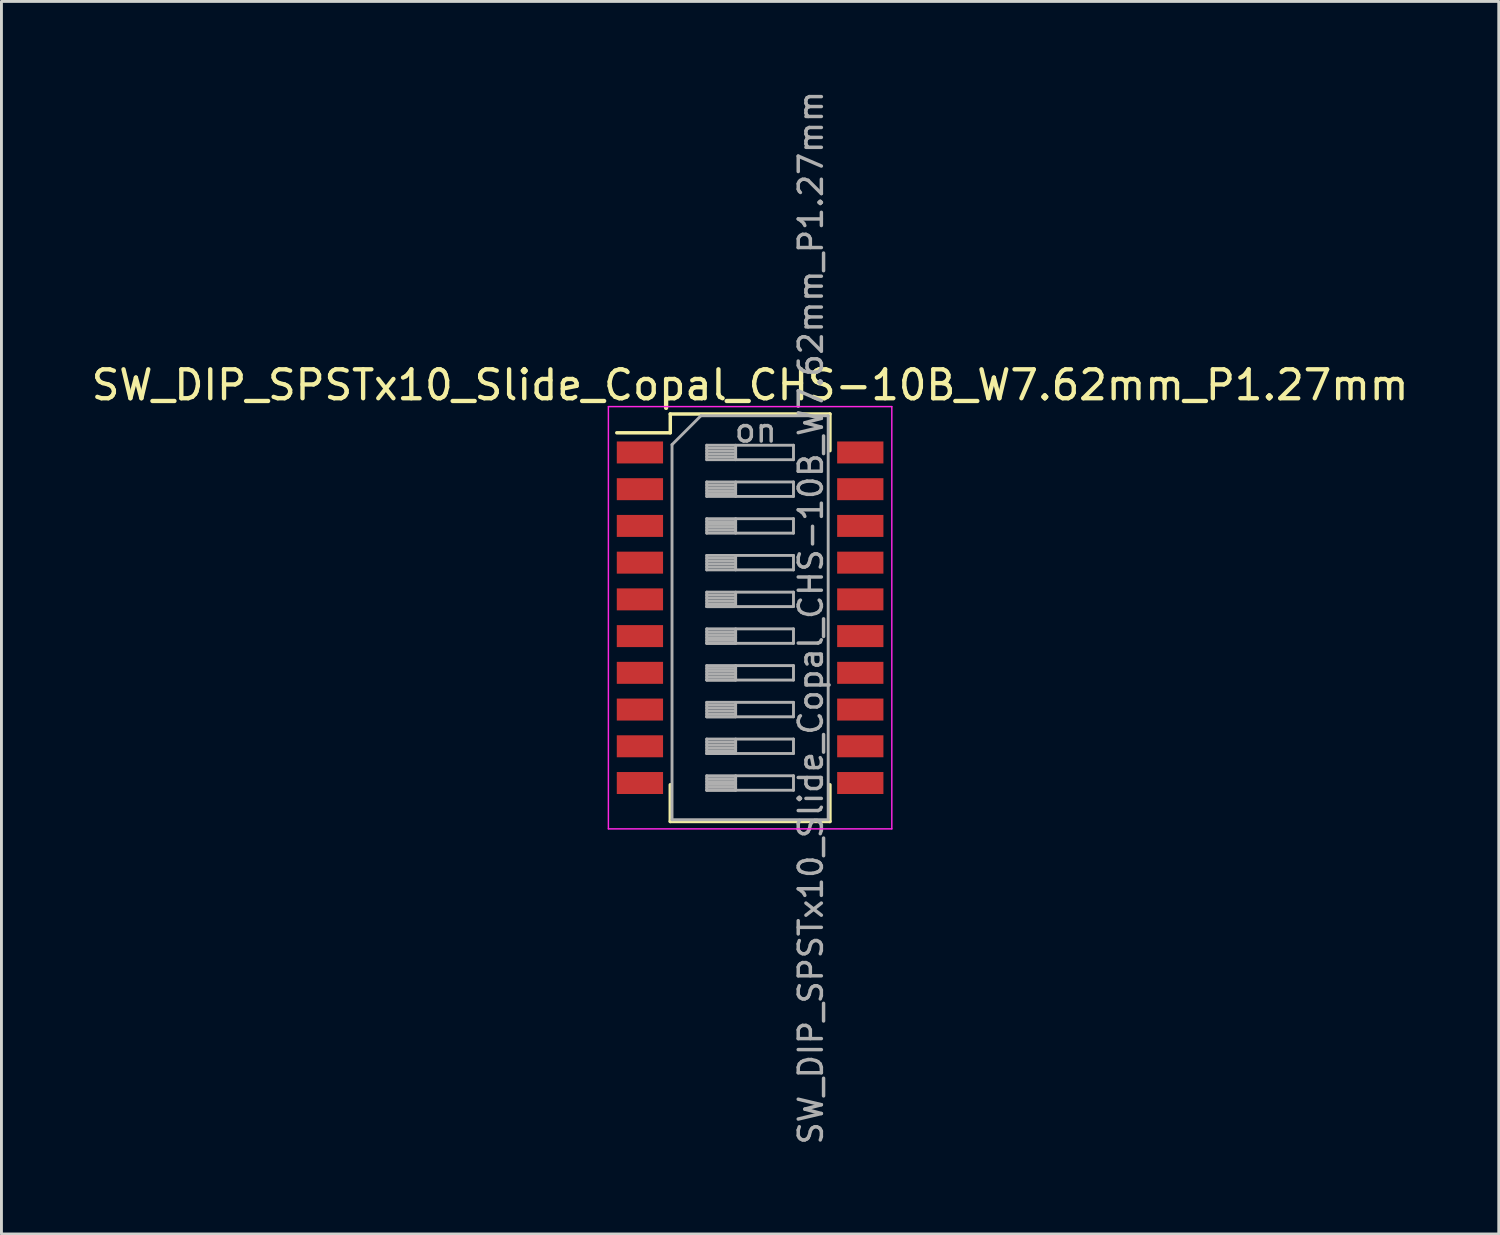
<source format=kicad_pcb>
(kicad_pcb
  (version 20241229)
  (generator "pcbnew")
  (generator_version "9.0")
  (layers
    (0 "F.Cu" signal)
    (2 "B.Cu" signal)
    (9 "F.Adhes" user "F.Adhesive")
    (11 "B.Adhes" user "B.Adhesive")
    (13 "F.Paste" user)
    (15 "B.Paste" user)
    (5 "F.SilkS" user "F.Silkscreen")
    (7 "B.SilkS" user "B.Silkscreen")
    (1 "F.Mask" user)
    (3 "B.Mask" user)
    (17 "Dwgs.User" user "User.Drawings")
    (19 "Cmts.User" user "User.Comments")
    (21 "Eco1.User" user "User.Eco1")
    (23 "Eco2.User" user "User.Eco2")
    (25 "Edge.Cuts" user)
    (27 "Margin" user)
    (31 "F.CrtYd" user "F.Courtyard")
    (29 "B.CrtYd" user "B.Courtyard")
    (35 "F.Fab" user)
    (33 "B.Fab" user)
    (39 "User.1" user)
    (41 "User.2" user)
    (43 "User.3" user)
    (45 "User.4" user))
  (footprint "SW_DIP_SPSTx10_Slide_Copal_CHS-10B_W7.62mm_P1.27mm"
    (layer "F.Cu")
    (at 22.887 18.31)
    (property "Reference" "SW_DIP_SPSTx10_Slide_Copal_CHS-10B_W7.62mm_P1.27mm" (at 0 -8.045 0) (layer "F.SilkS") (effects (font (size 1 1) (thickness 0.15))))
    (attr smd)
    (fp_line (start -4.61 -6.395) (end -2.76 -6.395) (stroke (width 0.12) (type solid)) (layer "F.SilkS"))
    (fp_line (start -2.76 -7.045) (end -2.76 -6.395) (stroke (width 0.12) (type solid)) (layer "F.SilkS"))
    (fp_line (start -2.76 -7.045) (end 2.76 -7.045) (stroke (width 0.12) (type solid)) (layer "F.SilkS"))
    (fp_line (start -2.76 5.775) (end -2.76 7.045) (stroke (width 0.12) (type solid)) (layer "F.SilkS"))
    (fp_line (start -2.76 7.045) (end 2.76 7.045) (stroke (width 0.12) (type solid)) (layer "F.SilkS"))
    (fp_line (start 2.76 -7.045) (end 2.76 -5.776) (stroke (width 0.12) (type solid)) (layer "F.SilkS"))
    (fp_line (start 2.76 5.775) (end 2.76 7.045) (stroke (width 0.12) (type solid)) (layer "F.SilkS"))
    (fp_line (start -4.9 -7.3) (end -4.9 7.3) (stroke (width 0.05) (type solid)) (layer "F.CrtYd"))
    (fp_line (start -4.9 7.3) (end 4.9 7.3) (stroke (width 0.05) (type solid)) (layer "F.CrtYd"))
    (fp_line (start 4.9 -7.3) (end -4.9 -7.3) (stroke (width 0.05) (type solid)) (layer "F.CrtYd"))
    (fp_line (start 4.9 7.3) (end 4.9 -7.3) (stroke (width 0.05) (type solid)) (layer "F.CrtYd"))
    (fp_line (start -2.7 -5.985) (end -1.7 -6.985) (stroke (width 0.1) (type solid)) (layer "F.Fab"))
    (fp_line (start -2.7 6.985) (end -2.7 -5.985) (stroke (width 0.1) (type solid)) (layer "F.Fab"))
    (fp_line (start -1.7 -6.985) (end 2.7 -6.985) (stroke (width 0.1) (type solid)) (layer "F.Fab"))
    (fp_line (start -1.5 -5.965) (end -1.5 -5.465) (stroke (width 0.1) (type solid)) (layer "F.Fab"))
    (fp_line (start -1.5 -5.865) (end -0.5 -5.865) (stroke (width 0.1) (type solid)) (layer "F.Fab"))
    (fp_line (start -1.5 -5.765) (end -0.5 -5.765) (stroke (width 0.1) (type solid)) (layer "F.Fab"))
    (fp_line (start -1.5 -5.665) (end -0.5 -5.665) (stroke (width 0.1) (type solid)) (layer "F.Fab"))
    (fp_line (start -1.5 -5.565) (end -0.5 -5.565) (stroke (width 0.1) (type solid)) (layer "F.Fab"))
    (fp_line (start -1.5 -5.465) (end 1.5 -5.465) (stroke (width 0.1) (type solid)) (layer "F.Fab"))
    (fp_line (start -1.5 -4.695) (end -1.5 -4.195) (stroke (width 0.1) (type solid)) (layer "F.Fab"))
    (fp_line (start -1.5 -4.595) (end -0.5 -4.595) (stroke (width 0.1) (type solid)) (layer "F.Fab"))
    (fp_line (start -1.5 -4.495) (end -0.5 -4.495) (stroke (width 0.1) (type solid)) (layer "F.Fab"))
    (fp_line (start -1.5 -4.395) (end -0.5 -4.395) (stroke (width 0.1) (type solid)) (layer "F.Fab"))
    (fp_line (start -1.5 -4.295) (end -0.5 -4.295) (stroke (width 0.1) (type solid)) (layer "F.Fab"))
    (fp_line (start -1.5 -4.195) (end 1.5 -4.195) (stroke (width 0.1) (type solid)) (layer "F.Fab"))
    (fp_line (start -1.5 -3.425) (end -1.5 -2.925) (stroke (width 0.1) (type solid)) (layer "F.Fab"))
    (fp_line (start -1.5 -3.325) (end -0.5 -3.325) (stroke (width 0.1) (type solid)) (layer "F.Fab"))
    (fp_line (start -1.5 -3.225) (end -0.5 -3.225) (stroke (width 0.1) (type solid)) (layer "F.Fab"))
    (fp_line (start -1.5 -3.125) (end -0.5 -3.125) (stroke (width 0.1) (type solid)) (layer "F.Fab"))
    (fp_line (start -1.5 -3.025) (end -0.5 -3.025) (stroke (width 0.1) (type solid)) (layer "F.Fab"))
    (fp_line (start -1.5 -2.925) (end 1.5 -2.925) (stroke (width 0.1) (type solid)) (layer "F.Fab"))
    (fp_line (start -1.5 -2.155) (end -1.5 -1.655) (stroke (width 0.1) (type solid)) (layer "F.Fab"))
    (fp_line (start -1.5 -2.055) (end -0.5 -2.055) (stroke (width 0.1) (type solid)) (layer "F.Fab"))
    (fp_line (start -1.5 -1.955) (end -0.5 -1.955) (stroke (width 0.1) (type solid)) (layer "F.Fab"))
    (fp_line (start -1.5 -1.855) (end -0.5 -1.855) (stroke (width 0.1) (type solid)) (layer "F.Fab"))
    (fp_line (start -1.5 -1.755) (end -0.5 -1.755) (stroke (width 0.1) (type solid)) (layer "F.Fab"))
    (fp_line (start -1.5 -1.655) (end 1.5 -1.655) (stroke (width 0.1) (type solid)) (layer "F.Fab"))
    (fp_line (start -1.5 -0.885) (end -1.5 -0.385) (stroke (width 0.1) (type solid)) (layer "F.Fab"))
    (fp_line (start -1.5 -0.785) (end -0.5 -0.785) (stroke (width 0.1) (type solid)) (layer "F.Fab"))
    (fp_line (start -1.5 -0.685) (end -0.5 -0.685) (stroke (width 0.1) (type solid)) (layer "F.Fab"))
    (fp_line (start -1.5 -0.585) (end -0.5 -0.585) (stroke (width 0.1) (type solid)) (layer "F.Fab"))
    (fp_line (start -1.5 -0.485) (end -0.5 -0.485) (stroke (width 0.1) (type solid)) (layer "F.Fab"))
    (fp_line (start -1.5 -0.385) (end -0.5 -0.385) (stroke (width 0.1) (type solid)) (layer "F.Fab"))
    (fp_line (start -1.5 -0.385) (end 1.5 -0.385) (stroke (width 0.1) (type solid)) (layer "F.Fab"))
    (fp_line (start -1.5 0.385) (end -1.5 0.885) (stroke (width 0.1) (type solid)) (layer "F.Fab"))
    (fp_line (start -1.5 0.485) (end -0.5 0.485) (stroke (width 0.1) (type solid)) (layer "F.Fab"))
    (fp_line (start -1.5 0.585) (end -0.5 0.585) (stroke (width 0.1) (type solid)) (layer "F.Fab"))
    (fp_line (start -1.5 0.685) (end -0.5 0.685) (stroke (width 0.1) (type solid)) (layer "F.Fab"))
    (fp_line (start -1.5 0.785) (end -0.5 0.785) (stroke (width 0.1) (type solid)) (layer "F.Fab"))
    (fp_line (start -1.5 0.885) (end -0.5 0.885) (stroke (width 0.1) (type solid)) (layer "F.Fab"))
    (fp_line (start -1.5 0.885) (end 1.5 0.885) (stroke (width 0.1) (type solid)) (layer "F.Fab"))
    (fp_line (start -1.5 1.655) (end -1.5 2.155) (stroke (width 0.1) (type solid)) (layer "F.Fab"))
    (fp_line (start -1.5 1.755) (end -0.5 1.755) (stroke (width 0.1) (type solid)) (layer "F.Fab"))
    (fp_line (start -1.5 1.855) (end -0.5 1.855) (stroke (width 0.1) (type solid)) (layer "F.Fab"))
    (fp_line (start -1.5 1.955) (end -0.5 1.955) (stroke (width 0.1) (type solid)) (layer "F.Fab"))
    (fp_line (start -1.5 2.055) (end -0.5 2.055) (stroke (width 0.1) (type solid)) (layer "F.Fab"))
    (fp_line (start -1.5 2.155) (end -0.5 2.155) (stroke (width 0.1) (type solid)) (layer "F.Fab"))
    (fp_line (start -1.5 2.155) (end 1.5 2.155) (stroke (width 0.1) (type solid)) (layer "F.Fab"))
    (fp_line (start -1.5 2.925) (end -1.5 3.425) (stroke (width 0.1) (type solid)) (layer "F.Fab"))
    (fp_line (start -1.5 3.025) (end -0.5 3.025) (stroke (width 0.1) (type solid)) (layer "F.Fab"))
    (fp_line (start -1.5 3.125) (end -0.5 3.125) (stroke (width 0.1) (type solid)) (layer "F.Fab"))
    (fp_line (start -1.5 3.225) (end -0.5 3.225) (stroke (width 0.1) (type solid)) (layer "F.Fab"))
    (fp_line (start -1.5 3.325) (end -0.5 3.325) (stroke (width 0.1) (type solid)) (layer "F.Fab"))
    (fp_line (start -1.5 3.425) (end -0.5 3.425) (stroke (width 0.1) (type solid)) (layer "F.Fab"))
    (fp_line (start -1.5 3.425) (end 1.5 3.425) (stroke (width 0.1) (type solid)) (layer "F.Fab"))
    (fp_line (start -1.5 4.195) (end -1.5 4.695) (stroke (width 0.1) (type solid)) (layer "F.Fab"))
    (fp_line (start -1.5 4.295) (end -0.5 4.295) (stroke (width 0.1) (type solid)) (layer "F.Fab"))
    (fp_line (start -1.5 4.395) (end -0.5 4.395) (stroke (width 0.1) (type solid)) (layer "F.Fab"))
    (fp_line (start -1.5 4.495) (end -0.5 4.495) (stroke (width 0.1) (type solid)) (layer "F.Fab"))
    (fp_line (start -1.5 4.595) (end -0.5 4.595) (stroke (width 0.1) (type solid)) (layer "F.Fab"))
    (fp_line (start -1.5 4.695) (end -0.5 4.695) (stroke (width 0.1) (type solid)) (layer "F.Fab"))
    (fp_line (start -1.5 4.695) (end 1.5 4.695) (stroke (width 0.1) (type solid)) (layer "F.Fab"))
    (fp_line (start -1.5 5.465) (end -1.5 5.965) (stroke (width 0.1) (type solid)) (layer "F.Fab"))
    (fp_line (start -1.5 5.565) (end -0.5 5.565) (stroke (width 0.1) (type solid)) (layer "F.Fab"))
    (fp_line (start -1.5 5.665) (end -0.5 5.665) (stroke (width 0.1) (type solid)) (layer "F.Fab"))
    (fp_line (start -1.5 5.765) (end -0.5 5.765) (stroke (width 0.1) (type solid)) (layer "F.Fab"))
    (fp_line (start -1.5 5.865) (end -0.5 5.865) (stroke (width 0.1) (type solid)) (layer "F.Fab"))
    (fp_line (start -1.5 5.965) (end -0.5 5.965) (stroke (width 0.1) (type solid)) (layer "F.Fab"))
    (fp_line (start -1.5 5.965) (end 1.5 5.965) (stroke (width 0.1) (type solid)) (layer "F.Fab"))
    (fp_line (start -0.5 -5.965) (end -0.5 -5.465) (stroke (width 0.1) (type solid)) (layer "F.Fab"))
    (fp_line (start -0.5 -4.695) (end -0.5 -4.195) (stroke (width 0.1) (type solid)) (layer "F.Fab"))
    (fp_line (start -0.5 -3.425) (end -0.5 -2.925) (stroke (width 0.1) (type solid)) (layer "F.Fab"))
    (fp_line (start -0.5 -2.155) (end -0.5 -1.655) (stroke (width 0.1) (type solid)) (layer "F.Fab"))
    (fp_line (start -0.5 -0.885) (end -0.5 -0.385) (stroke (width 0.1) (type solid)) (layer "F.Fab"))
    (fp_line (start -0.5 0.385) (end -0.5 0.885) (stroke (width 0.1) (type solid)) (layer "F.Fab"))
    (fp_line (start -0.5 1.655) (end -0.5 2.155) (stroke (width 0.1) (type solid)) (layer "F.Fab"))
    (fp_line (start -0.5 2.925) (end -0.5 3.425) (stroke (width 0.1) (type solid)) (layer "F.Fab"))
    (fp_line (start -0.5 4.195) (end -0.5 4.695) (stroke (width 0.1) (type solid)) (layer "F.Fab"))
    (fp_line (start -0.5 5.465) (end -0.5 5.965) (stroke (width 0.1) (type solid)) (layer "F.Fab"))
    (fp_line (start 1.5 -5.965) (end -1.5 -5.965) (stroke (width 0.1) (type solid)) (layer "F.Fab"))
    (fp_line (start 1.5 -5.465) (end 1.5 -5.965) (stroke (width 0.1) (type solid)) (layer "F.Fab"))
    (fp_line (start 1.5 -4.695) (end -1.5 -4.695) (stroke (width 0.1) (type solid)) (layer "F.Fab"))
    (fp_line (start 1.5 -4.195) (end 1.5 -4.695) (stroke (width 0.1) (type solid)) (layer "F.Fab"))
    (fp_line (start 1.5 -3.425) (end -1.5 -3.425) (stroke (width 0.1) (type solid)) (layer "F.Fab"))
    (fp_line (start 1.5 -2.925) (end 1.5 -3.425) (stroke (width 0.1) (type solid)) (layer "F.Fab"))
    (fp_line (start 1.5 -2.155) (end -1.5 -2.155) (stroke (width 0.1) (type solid)) (layer "F.Fab"))
    (fp_line (start 1.5 -1.655) (end 1.5 -2.155) (stroke (width 0.1) (type solid)) (layer "F.Fab"))
    (fp_line (start 1.5 -0.885) (end -1.5 -0.885) (stroke (width 0.1) (type solid)) (layer "F.Fab"))
    (fp_line (start 1.5 -0.385) (end 1.5 -0.885) (stroke (width 0.1) (type solid)) (layer "F.Fab"))
    (fp_line (start 1.5 0.385) (end -1.5 0.385) (stroke (width 0.1) (type solid)) (layer "F.Fab"))
    (fp_line (start 1.5 0.885) (end 1.5 0.385) (stroke (width 0.1) (type solid)) (layer "F.Fab"))
    (fp_line (start 1.5 1.655) (end -1.5 1.655) (stroke (width 0.1) (type solid)) (layer "F.Fab"))
    (fp_line (start 1.5 2.155) (end 1.5 1.655) (stroke (width 0.1) (type solid)) (layer "F.Fab"))
    (fp_line (start 1.5 2.925) (end -1.5 2.925) (stroke (width 0.1) (type solid)) (layer "F.Fab"))
    (fp_line (start 1.5 3.425) (end 1.5 2.925) (stroke (width 0.1) (type solid)) (layer "F.Fab"))
    (fp_line (start 1.5 4.195) (end -1.5 4.195) (stroke (width 0.1) (type solid)) (layer "F.Fab"))
    (fp_line (start 1.5 4.695) (end 1.5 4.195) (stroke (width 0.1) (type solid)) (layer "F.Fab"))
    (fp_line (start 1.5 5.465) (end -1.5 5.465) (stroke (width 0.1) (type solid)) (layer "F.Fab"))
    (fp_line (start 1.5 5.965) (end 1.5 5.465) (stroke (width 0.1) (type solid)) (layer "F.Fab"))
    (fp_line (start 2.7 -6.985) (end 2.7 6.985) (stroke (width 0.1) (type solid)) (layer "F.Fab"))
    (fp_line (start 2.7 6.985) (end -2.7 6.985) (stroke (width 0.1) (type solid)) (layer "F.Fab"))
    (fp_text user "on" (at 0.195 -6.475 0) (layer "F.Fab") (effects (font (size 0.8 0.8) (thickness 0.12))))
    (fp_text user "${REFERENCE}" (at 2.1 0 90) (layer "F.Fab") (effects (font (size 0.8 0.8) (thickness 0.12))))
    (pad "1" smd rect (at -3.81 -5.715) (size 1.6 0.76) (layers "F.Cu" "F.Mask" "F.Paste"))
    (pad "2" smd rect (at -3.81 -4.445) (size 1.6 0.76) (layers "F.Cu" "F.Mask" "F.Paste"))
    (pad "3" smd rect (at -3.81 -3.175) (size 1.6 0.76) (layers "F.Cu" "F.Mask" "F.Paste"))
    (pad "4" smd rect (at -3.81 -1.905) (size 1.6 0.76) (layers "F.Cu" "F.Mask" "F.Paste"))
    (pad "5" smd rect (at -3.81 -0.635) (size 1.6 0.76) (layers "F.Cu" "F.Mask" "F.Paste"))
    (pad "6" smd rect (at -3.81 0.635) (size 1.6 0.76) (layers "F.Cu" "F.Mask" "F.Paste"))
    (pad "7" smd rect (at -3.81 1.905) (size 1.6 0.76) (layers "F.Cu" "F.Mask" "F.Paste"))
    (pad "8" smd rect (at -3.81 3.175) (size 1.6 0.76) (layers "F.Cu" "F.Mask" "F.Paste"))
    (pad "9" smd rect (at -3.81 4.445) (size 1.6 0.76) (layers "F.Cu" "F.Mask" "F.Paste"))
    (pad "10" smd rect (at -3.81 5.715) (size 1.6 0.76) (layers "F.Cu" "F.Mask" "F.Paste"))
    (pad "11" smd rect (at 3.81 5.715) (size 1.6 0.76) (layers "F.Cu" "F.Mask" "F.Paste"))
    (pad "12" smd rect (at 3.81 4.445) (size 1.6 0.76) (layers "F.Cu" "F.Mask" "F.Paste"))
    (pad "13" smd rect (at 3.81 3.175) (size 1.6 0.76) (layers "F.Cu" "F.Mask" "F.Paste"))
    (pad "14" smd rect (at 3.81 1.905) (size 1.6 0.76) (layers "F.Cu" "F.Mask" "F.Paste"))
    (pad "15" smd rect (at 3.81 0.635) (size 1.6 0.76) (layers "F.Cu" "F.Mask" "F.Paste"))
    (pad "16" smd rect (at 3.81 -0.635) (size 1.6 0.76) (layers "F.Cu" "F.Mask" "F.Paste"))
    (pad "17" smd rect (at 3.81 -1.905) (size 1.6 0.76) (layers "F.Cu" "F.Mask" "F.Paste"))
    (pad "18" smd rect (at 3.81 -3.175) (size 1.6 0.76) (layers "F.Cu" "F.Mask" "F.Paste"))
    (pad "19" smd rect (at 3.81 -4.445) (size 1.6 0.76) (layers "F.Cu" "F.Mask" "F.Paste"))
    (pad "20" smd rect (at 3.81 -5.715) (size 1.6 0.76) (layers "F.Cu" "F.Mask" "F.Paste")))
  (gr_rect
    (start -3 -3)
    (end 48.774 39.619)
    (stroke (width 0.1) (type default))
    (fill no)
    (layer "Edge.Cuts")))
</source>
